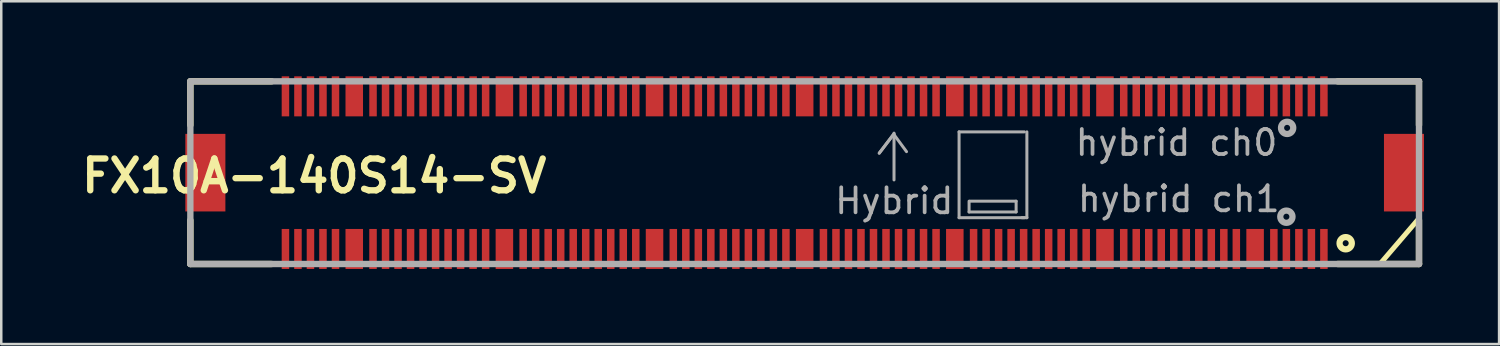
<source format=kicad_pcb>
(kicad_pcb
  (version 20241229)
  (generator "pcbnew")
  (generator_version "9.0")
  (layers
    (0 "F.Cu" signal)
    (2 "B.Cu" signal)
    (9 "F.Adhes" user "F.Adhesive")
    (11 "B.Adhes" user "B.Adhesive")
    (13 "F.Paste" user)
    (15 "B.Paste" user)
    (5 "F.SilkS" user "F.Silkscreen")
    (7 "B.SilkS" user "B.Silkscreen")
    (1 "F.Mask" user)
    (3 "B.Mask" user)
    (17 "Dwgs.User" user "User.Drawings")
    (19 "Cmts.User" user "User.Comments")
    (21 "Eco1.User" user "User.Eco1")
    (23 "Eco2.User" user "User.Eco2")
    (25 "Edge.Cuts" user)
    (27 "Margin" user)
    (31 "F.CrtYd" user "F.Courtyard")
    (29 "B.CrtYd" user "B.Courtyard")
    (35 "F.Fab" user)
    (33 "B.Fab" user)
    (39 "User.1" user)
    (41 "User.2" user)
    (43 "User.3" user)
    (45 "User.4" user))
  (footprint "FX10A-140S14-SV"
    (layer "F.Cu")
    (at 29.107 3.85)
    (property "Reference" "FX10A-140S14-SV" (at -19.6 0.13 0) (layer "F.SilkS") (effects (font (size 1.27 1.27) (thickness 0.254))))
    (attr through_hole)
    (fp_line (start -24.55 -3.65) (end -24.55 -1.9) (stroke (width 0.254) (type solid)) (layer "F.SilkS"))
    (fp_line (start -24.55 -3.65) (end -21.3 -3.65) (stroke (width 0.254) (type solid)) (layer "F.SilkS"))
    (fp_line (start -24.55 3.65) (end -24.55 1.9) (stroke (width 0.254) (type solid)) (layer "F.SilkS"))
    (fp_line (start -24.55 3.65) (end -21.3 3.65) (stroke (width 0.254) (type solid)) (layer "F.SilkS"))
    (fp_line (start 22.98 3.66) (end 23.1 3.66) (stroke (width 0.15) (type solid)) (layer "F.SilkS"))
    (fp_line (start 24.53 1.85) (end 22.98 3.66) (stroke (width 0.2) (type solid)) (layer "F.SilkS"))
    (fp_line (start 24.55 -3.65) (end 21.3 -3.65) (stroke (width 0.254) (type solid)) (layer "F.SilkS"))
    (fp_line (start 24.55 -3.65) (end 24.55 -1.9) (stroke (width 0.254) (type solid)) (layer "F.SilkS"))
    (fp_line (start 24.55 3.65) (end 21.3 3.65) (stroke (width 0.254) (type solid)) (layer "F.SilkS"))
    (fp_line (start 24.55 3.65) (end 24.55 1.9) (stroke (width 0.254) (type solid)) (layer "F.SilkS"))
    (fp_circle (center 21.62 2.82) (end 21.74 2.82) (stroke (width 0.25) (type solid)) (fill no) (layer "F.SilkS"))
    (fp_line (start -24.55 -3.65) (end 24.55 -3.65) (stroke (width 0.254) (type solid)) (layer "F.Fab"))
    (fp_line (start -24.55 3.65) (end -24.55 -3.65) (stroke (width 0.254) (type solid)) (layer "F.Fab"))
    (fp_line (start 2.98 -0.78) (end 3.54 -1.52) (stroke (width 0.12) (type solid)) (layer "F.Fab"))
    (fp_line (start 3.57 -1.55) (end 2.98 -0.78) (stroke (width 0.12) (type solid)) (layer "F.Fab"))
    (fp_line (start 3.57 -1.52) (end 4.07 -0.84) (stroke (width 0.12) (type solid)) (layer "F.Fab"))
    (fp_line (start 3.57 0.29) (end 3.57 -1.58) (stroke (width 0.12) (type solid)) (layer "F.Fab"))
    (fp_line (start 6.17 -1.63) (end 8.78 -1.63) (stroke (width 0.12) (type solid)) (layer "F.Fab"))
    (fp_line (start 6.17 1.8) (end 6.17 -1.63) (stroke (width 0.12) (type solid)) (layer "F.Fab"))
    (fp_line (start 6.57 1.57) (end 6.57 1.14) (stroke (width 0.12) (type solid)) (layer "F.Fab"))
    (fp_line (start 6.6 1.14) (end 8.45 1.14) (stroke (width 0.12) (type solid)) (layer "F.Fab"))
    (fp_line (start 8.45 1.14) (end 8.45 1.57) (stroke (width 0.12) (type solid)) (layer "F.Fab"))
    (fp_line (start 8.45 1.57) (end 6.57 1.57) (stroke (width 0.12) (type solid)) (layer "F.Fab"))
    (fp_line (start 8.78 1.8) (end 6.17 1.8) (stroke (width 0.12) (type solid)) (layer "F.Fab"))
    (fp_line (start 8.88 -1.63) (end 8.88 1.8) (stroke (width 0.12) (type solid)) (layer "F.Fab"))
    (fp_line (start 8.88 1.8) (end 8.68 1.8) (stroke (width 0.12) (type solid)) (layer "F.Fab"))
    (fp_line (start 24.55 -3.65) (end 24.55 3.65) (stroke (width 0.254) (type solid)) (layer "F.Fab"))
    (fp_line (start 24.55 3.65) (end -24.55 3.65) (stroke (width 0.254) (type solid)) (layer "F.Fab"))
    (fp_circle (center 19.25 1.76) (end 19.37 1.76) (stroke (width 0.25) (type solid)) (fill no) (layer "F.Fab"))
    (fp_circle (center 19.28 -1.79) (end 19.4 -1.79) (stroke (width 0.25) (type solid)) (fill no) (layer "F.Fab"))
    (fp_text user "hybrid ch1" (at 14.95 1.05 0) (layer "F.Fab") (effects (font (size 1 1) (thickness 0.15))))
    (fp_text user "hybrid ch0" (at 14.86 -1.2 0) (layer "F.Fab") (effects (font (size 1 1) (thickness 0.15))))
    (fp_text user "Hybrid" (at 3.58 1.13 0) (layer "F.Fab") (effects (font (size 1 1) (thickness 0.15))))
    (pad "" np_thru_hole circle (at -22.2 0) (size 0.001 0.001) (drill 1.25) (layers "*.Cu" "*.Mask"))
    (pad "" np_thru_hole circle (at 22.2 0) (size 0.001 0.001) (drill 1.25) (layers "*.Cu" "*.Mask"))
    (pad "1" smd rect (at 20.75 3.05) (size 0.3 1.6) (layers "F.Cu" "F.Mask" "F.Paste"))
    (pad "2" smd rect (at 20.75 -3.05) (size 0.3 1.6) (layers "F.Cu" "F.Mask" "F.Paste"))
    (pad "3" smd rect (at 20.25 3.05) (size 0.3 1.6) (layers "F.Cu" "F.Mask" "F.Paste"))
    (pad "4" smd rect (at 20.25 -3.05) (size 0.3 1.6) (layers "F.Cu" "F.Mask" "F.Paste"))
    (pad "5" smd rect (at 19.75 3.05) (size 0.3 1.6) (layers "F.Cu" "F.Mask" "F.Paste"))
    (pad "6" smd rect (at 19.75 -3.05) (size 0.3 1.6) (layers "F.Cu" "F.Mask" "F.Paste"))
    (pad "7" smd rect (at 19.25 3.05) (size 0.3 1.6) (layers "F.Cu" "F.Mask" "F.Paste"))
    (pad "8" smd rect (at 19.25 -3.05) (size 0.3 1.6) (layers "F.Cu" "F.Mask" "F.Paste"))
    (pad "9" smd rect (at 18.75 3.05) (size 0.3 1.6) (layers "F.Cu" "F.Mask" "F.Paste"))
    (pad "10" smd rect (at 18.75 -3.05) (size 0.3 1.6) (layers "F.Cu" "F.Mask" "F.Paste"))
    (pad "11" smd rect (at 17.25 3.05) (size 0.3 1.6) (layers "F.Cu" "F.Mask" "F.Paste"))
    (pad "12" smd rect (at 17.25 -3.05) (size 0.3 1.6) (layers "F.Cu" "F.Mask" "F.Paste"))
    (pad "13" smd rect (at 16.75 3.05) (size 0.3 1.6) (layers "F.Cu" "F.Mask" "F.Paste"))
    (pad "14" smd rect (at 16.75 -3.05) (size 0.3 1.6) (layers "F.Cu" "F.Mask" "F.Paste"))
    (pad "15" smd rect (at 16.25 3.05) (size 0.3 1.6) (layers "F.Cu" "F.Mask" "F.Paste"))
    (pad "16" smd rect (at 16.25 -3.05) (size 0.3 1.6) (layers "F.Cu" "F.Mask" "F.Paste"))
    (pad "17" smd rect (at 15.75 3.05) (size 0.3 1.6) (layers "F.Cu" "F.Mask" "F.Paste"))
    (pad "18" smd rect (at 15.75 -3.05) (size 0.3 1.6) (layers "F.Cu" "F.Mask" "F.Paste"))
    (pad "19" smd rect (at 15.25 3.05) (size 0.3 1.6) (layers "F.Cu" "F.Mask" "F.Paste"))
    (pad "20" smd rect (at 15.25 -3.05) (size 0.3 1.6) (layers "F.Cu" "F.Mask" "F.Paste"))
    (pad "21" smd rect (at 14.75 3.05) (size 0.3 1.6) (layers "F.Cu" "F.Mask" "F.Paste"))
    (pad "22" smd rect (at 14.75 -3.05) (size 0.3 1.6) (layers "F.Cu" "F.Mask" "F.Paste"))
    (pad "23" smd rect (at 14.25 3.05) (size 0.3 1.6) (layers "F.Cu" "F.Mask" "F.Paste"))
    (pad "24" smd rect (at 14.25 -3.05) (size 0.3 1.6) (layers "F.Cu" "F.Mask" "F.Paste"))
    (pad "25" smd rect (at 13.75 3.05) (size 0.3 1.6) (layers "F.Cu" "F.Mask" "F.Paste"))
    (pad "26" smd rect (at 13.75 -3.05) (size 0.3 1.6) (layers "F.Cu" "F.Mask" "F.Paste"))
    (pad "27" smd rect (at 13.25 3.05) (size 0.3 1.6) (layers "F.Cu" "F.Mask" "F.Paste"))
    (pad "28" smd rect (at 13.25 -3.05) (size 0.3 1.6) (layers "F.Cu" "F.Mask" "F.Paste"))
    (pad "29" smd rect (at 12.75 3.05) (size 0.3 1.6) (layers "F.Cu" "F.Mask" "F.Paste"))
    (pad "30" smd rect (at 12.75 -3.05) (size 0.3 1.6) (layers "F.Cu" "F.Mask" "F.Paste"))
    (pad "31" smd rect (at 11.25 3.05) (size 0.3 1.6) (layers "F.Cu" "F.Mask" "F.Paste"))
    (pad "32" smd rect (at 11.25 -3.05) (size 0.3 1.6) (layers "F.Cu" "F.Mask" "F.Paste"))
    (pad "33" smd rect (at 10.75 3.05) (size 0.3 1.6) (layers "F.Cu" "F.Mask" "F.Paste"))
    (pad "34" smd rect (at 10.75 -3.05) (size 0.3 1.6) (layers "F.Cu" "F.Mask" "F.Paste"))
    (pad "35" smd rect (at 10.25 3.05) (size 0.3 1.6) (layers "F.Cu" "F.Mask" "F.Paste"))
    (pad "36" smd rect (at 10.25 -3.05) (size 0.3 1.6) (layers "F.Cu" "F.Mask" "F.Paste"))
    (pad "37" smd rect (at 9.75 3.05) (size 0.3 1.6) (layers "F.Cu" "F.Mask" "F.Paste"))
    (pad "38" smd rect (at 9.75 -3.05) (size 0.3 1.6) (layers "F.Cu" "F.Mask" "F.Paste"))
    (pad "39" smd rect (at 9.25 3.05) (size 0.3 1.6) (layers "F.Cu" "F.Mask" "F.Paste"))
    (pad "40" smd rect (at 9.25 -3.05) (size 0.3 1.6) (layers "F.Cu" "F.Mask" "F.Paste"))
    (pad "41" smd rect (at 8.75 3.05) (size 0.3 1.6) (layers "F.Cu" "F.Mask" "F.Paste"))
    (pad "42" smd rect (at 8.75 -3.05) (size 0.3 1.6) (layers "F.Cu" "F.Mask" "F.Paste"))
    (pad "43" smd rect (at 8.25 3.05) (size 0.3 1.6) (layers "F.Cu" "F.Mask" "F.Paste"))
    (pad "44" smd rect (at 8.25 -3.05) (size 0.3 1.6) (layers "F.Cu" "F.Mask" "F.Paste"))
    (pad "45" smd rect (at 7.75 3.05) (size 0.3 1.6) (layers "F.Cu" "F.Mask" "F.Paste"))
    (pad "46" smd rect (at 7.75 -3.05) (size 0.3 1.6) (layers "F.Cu" "F.Mask" "F.Paste"))
    (pad "47" smd rect (at 7.25 3.05) (size 0.3 1.6) (layers "F.Cu" "F.Mask" "F.Paste"))
    (pad "48" smd rect (at 7.25 -3.05) (size 0.3 1.6) (layers "F.Cu" "F.Mask" "F.Paste"))
    (pad "49" smd rect (at 6.75 3.05) (size 0.3 1.6) (layers "F.Cu" "F.Mask" "F.Paste"))
    (pad "50" smd rect (at 6.75 -3.05) (size 0.3 1.6) (layers "F.Cu" "F.Mask" "F.Paste"))
    (pad "51" smd rect (at 5.25 3.05) (size 0.3 1.6) (layers "F.Cu" "F.Mask" "F.Paste"))
    (pad "52" smd rect (at 5.25 -3.05) (size 0.3 1.6) (layers "F.Cu" "F.Mask" "F.Paste"))
    (pad "53" smd rect (at 4.75 3.05) (size 0.3 1.6) (layers "F.Cu" "F.Mask" "F.Paste"))
    (pad "54" smd rect (at 4.75 -3.05) (size 0.3 1.6) (layers "F.Cu" "F.Mask" "F.Paste"))
    (pad "55" smd rect (at 4.25 3.05) (size 0.3 1.6) (layers "F.Cu" "F.Mask" "F.Paste"))
    (pad "56" smd rect (at 4.25 -3.05) (size 0.3 1.6) (layers "F.Cu" "F.Mask" "F.Paste"))
    (pad "57" smd rect (at 3.75 3.05) (size 0.3 1.6) (layers "F.Cu" "F.Mask" "F.Paste"))
    (pad "58" smd rect (at 3.75 -3.05) (size 0.3 1.6) (layers "F.Cu" "F.Mask" "F.Paste"))
    (pad "59" smd rect (at 3.25 3.05) (size 0.3 1.6) (layers "F.Cu" "F.Mask" "F.Paste"))
    (pad "60" smd rect (at 3.25 -3.05) (size 0.3 1.6) (layers "F.Cu" "F.Mask" "F.Paste"))
    (pad "61" smd rect (at 2.75 3.05) (size 0.3 1.6) (layers "F.Cu" "F.Mask" "F.Paste"))
    (pad "62" smd rect (at 2.75 -3.05) (size 0.3 1.6) (layers "F.Cu" "F.Mask" "F.Paste"))
    (pad "63" smd rect (at 2.25 3.05) (size 0.3 1.6) (layers "F.Cu" "F.Mask" "F.Paste"))
    (pad "64" smd rect (at 2.25 -3.05) (size 0.3 1.6) (layers "F.Cu" "F.Mask" "F.Paste"))
    (pad "65" smd rect (at 1.75 3.05) (size 0.3 1.6) (layers "F.Cu" "F.Mask" "F.Paste"))
    (pad "66" smd rect (at 1.75 -3.05) (size 0.3 1.6) (layers "F.Cu" "F.Mask" "F.Paste"))
    (pad "67" smd rect (at 1.25 3.05) (size 0.3 1.6) (layers "F.Cu" "F.Mask" "F.Paste"))
    (pad "68" smd rect (at 1.25 -3.05) (size 0.3 1.6) (layers "F.Cu" "F.Mask" "F.Paste"))
    (pad "69" smd rect (at 0.75 3.05) (size 0.3 1.6) (layers "F.Cu" "F.Mask" "F.Paste"))
    (pad "70" smd rect (at 0.75 -3.05) (size 0.3 1.6) (layers "F.Cu" "F.Mask" "F.Paste"))
    (pad "71" smd rect (at -0.75 3.05) (size 0.3 1.6) (layers "F.Cu" "F.Mask" "F.Paste"))
    (pad "72" smd rect (at -0.75 -3.05) (size 0.3 1.6) (layers "F.Cu" "F.Mask" "F.Paste"))
    (pad "73" smd rect (at -1.25 3.05) (size 0.3 1.6) (layers "F.Cu" "F.Mask" "F.Paste"))
    (pad "74" smd rect (at -1.25 -3.05) (size 0.3 1.6) (layers "F.Cu" "F.Mask" "F.Paste"))
    (pad "75" smd rect (at -1.75 3.05) (size 0.3 1.6) (layers "F.Cu" "F.Mask" "F.Paste"))
    (pad "76" smd rect (at -1.75 -3.05) (size 0.3 1.6) (layers "F.Cu" "F.Mask" "F.Paste"))
    (pad "77" smd rect (at -2.25 3.05) (size 0.3 1.6) (layers "F.Cu" "F.Mask" "F.Paste"))
    (pad "78" smd rect (at -2.25 -3.05) (size 0.3 1.6) (layers "F.Cu" "F.Mask" "F.Paste"))
    (pad "79" smd rect (at -2.75 3.05) (size 0.3 1.6) (layers "F.Cu" "F.Mask" "F.Paste"))
    (pad "80" smd rect (at -2.75 -3.05) (size 0.3 1.6) (layers "F.Cu" "F.Mask" "F.Paste"))
    (pad "81" smd rect (at -3.25 3.05) (size 0.3 1.6) (layers "F.Cu" "F.Mask" "F.Paste"))
    (pad "82" smd rect (at -3.25 -3.05) (size 0.3 1.6) (layers "F.Cu" "F.Mask" "F.Paste"))
    (pad "83" smd rect (at -3.75 3.05) (size 0.3 1.6) (layers "F.Cu" "F.Mask" "F.Paste"))
    (pad "84" smd rect (at -3.75 -3.05) (size 0.3 1.6) (layers "F.Cu" "F.Mask" "F.Paste"))
    (pad "85" smd rect (at -4.25 3.05) (size 0.3 1.6) (layers "F.Cu" "F.Mask" "F.Paste"))
    (pad "86" smd rect (at -4.25 -3.05) (size 0.3 1.6) (layers "F.Cu" "F.Mask" "F.Paste"))
    (pad "87" smd rect (at -4.75 3.05) (size 0.3 1.6) (layers "F.Cu" "F.Mask" "F.Paste"))
    (pad "88" smd rect (at -4.75 -3.05) (size 0.3 1.6) (layers "F.Cu" "F.Mask" "F.Paste"))
    (pad "89" smd rect (at -5.25 3.05) (size 0.3 1.6) (layers "F.Cu" "F.Mask" "F.Paste"))
    (pad "90" smd rect (at -5.25 -3.05) (size 0.3 1.6) (layers "F.Cu" "F.Mask" "F.Paste"))
    (pad "91" smd rect (at -6.75 3.05) (size 0.3 1.6) (layers "F.Cu" "F.Mask" "F.Paste"))
    (pad "92" smd rect (at -6.75 -3.05) (size 0.3 1.6) (layers "F.Cu" "F.Mask" "F.Paste"))
    (pad "93" smd rect (at -7.25 3.05) (size 0.3 1.6) (layers "F.Cu" "F.Mask" "F.Paste"))
    (pad "94" smd rect (at -7.25 -3.05) (size 0.3 1.6) (layers "F.Cu" "F.Mask" "F.Paste"))
    (pad "95" smd rect (at -7.75 3.05) (size 0.3 1.6) (layers "F.Cu" "F.Mask" "F.Paste"))
    (pad "96" smd rect (at -7.75 -3.05) (size 0.3 1.6) (layers "F.Cu" "F.Mask" "F.Paste"))
    (pad "97" smd rect (at -8.25 3.05) (size 0.3 1.6) (layers "F.Cu" "F.Mask" "F.Paste"))
    (pad "98" smd rect (at -8.25 -3.05) (size 0.3 1.6) (layers "F.Cu" "F.Mask" "F.Paste"))
    (pad "99" smd rect (at -8.75 3.05) (size 0.3 1.6) (layers "F.Cu" "F.Mask" "F.Paste"))
    (pad "100" smd rect (at -8.75 -3.05) (size 0.3 1.6) (layers "F.Cu" "F.Mask" "F.Paste"))
    (pad "101" smd rect (at -9.25 3.05) (size 0.3 1.6) (layers "F.Cu" "F.Mask" "F.Paste"))
    (pad "102" smd rect (at -9.25 -3.05) (size 0.3 1.6) (layers "F.Cu" "F.Mask" "F.Paste"))
    (pad "103" smd rect (at -9.75 3.05) (size 0.3 1.6) (layers "F.Cu" "F.Mask" "F.Paste"))
    (pad "104" smd rect (at -9.75 -3.05) (size 0.3 1.6) (layers "F.Cu" "F.Mask" "F.Paste"))
    (pad "105" smd rect (at -10.25 3.05) (size 0.3 1.6) (layers "F.Cu" "F.Mask" "F.Paste"))
    (pad "106" smd rect (at -10.25 -3.05) (size 0.3 1.6) (layers "F.Cu" "F.Mask" "F.Paste"))
    (pad "107" smd rect (at -10.75 3.05) (size 0.3 1.6) (layers "F.Cu" "F.Mask" "F.Paste"))
    (pad "108" smd rect (at -10.75 -3.05) (size 0.3 1.6) (layers "F.Cu" "F.Mask" "F.Paste"))
    (pad "109" smd rect (at -11.25 3.05) (size 0.3 1.6) (layers "F.Cu" "F.Mask" "F.Paste"))
    (pad "110" smd rect (at -11.25 -3.05) (size 0.3 1.6) (layers "F.Cu" "F.Mask" "F.Paste"))
    (pad "111" smd rect (at -12.75 3.05) (size 0.3 1.6) (layers "F.Cu" "F.Mask" "F.Paste"))
    (pad "112" smd rect (at -12.75 -3.05) (size 0.3 1.6) (layers "F.Cu" "F.Mask" "F.Paste"))
    (pad "113" smd rect (at -13.25 3.05) (size 0.3 1.6) (layers "F.Cu" "F.Mask" "F.Paste"))
    (pad "114" smd rect (at -13.25 -3.05) (size 0.3 1.6) (layers "F.Cu" "F.Mask" "F.Paste"))
    (pad "115" smd rect (at -13.75 3.05) (size 0.3 1.6) (layers "F.Cu" "F.Mask" "F.Paste"))
    (pad "116" smd rect (at -13.75 -3.05) (size 0.3 1.6) (layers "F.Cu" "F.Mask" "F.Paste"))
    (pad "117" smd rect (at -14.25 3.05) (size 0.3 1.6) (layers "F.Cu" "F.Mask" "F.Paste"))
    (pad "118" smd rect (at -14.25 -3.05) (size 0.3 1.6) (layers "F.Cu" "F.Mask" "F.Paste"))
    (pad "119" smd rect (at -14.75 3.05) (size 0.3 1.6) (layers "F.Cu" "F.Mask" "F.Paste"))
    (pad "120" smd rect (at -14.75 -3.05) (size 0.3 1.6) (layers "F.Cu" "F.Mask" "F.Paste"))
    (pad "121" smd rect (at -15.25 3.05) (size 0.3 1.6) (layers "F.Cu" "F.Mask" "F.Paste"))
    (pad "122" smd rect (at -15.25 -3.05) (size 0.3 1.6) (layers "F.Cu" "F.Mask" "F.Paste"))
    (pad "123" smd rect (at -15.75 3.05) (size 0.3 1.6) (layers "F.Cu" "F.Mask" "F.Paste"))
    (pad "124" smd rect (at -15.75 -3.05) (size 0.3 1.6) (layers "F.Cu" "F.Mask" "F.Paste"))
    (pad "125" smd rect (at -16.25 3.05) (size 0.3 1.6) (layers "F.Cu" "F.Mask" "F.Paste"))
    (pad "126" smd rect (at -16.25 -3.05) (size 0.3 1.6) (layers "F.Cu" "F.Mask" "F.Paste"))
    (pad "127" smd rect (at -16.75 3.05) (size 0.3 1.6) (layers "F.Cu" "F.Mask" "F.Paste"))
    (pad "128" smd rect (at -16.75 -3.05) (size 0.3 1.6) (layers "F.Cu" "F.Mask" "F.Paste"))
    (pad "129" smd rect (at -17.25 3.05) (size 0.3 1.6) (layers "F.Cu" "F.Mask" "F.Paste"))
    (pad "130" smd rect (at -17.25 -3.05) (size 0.3 1.6) (layers "F.Cu" "F.Mask" "F.Paste"))
    (pad "131" smd rect (at -18.75 3.05) (size 0.3 1.6) (layers "F.Cu" "F.Mask" "F.Paste"))
    (pad "132" smd rect (at -18.75 -3.05) (size 0.3 1.6) (layers "F.Cu" "F.Mask" "F.Paste"))
    (pad "133" smd rect (at -19.25 3.05) (size 0.3 1.6) (layers "F.Cu" "F.Mask" "F.Paste"))
    (pad "134" smd rect (at -19.25 -3.05) (size 0.3 1.6) (layers "F.Cu" "F.Mask" "F.Paste"))
    (pad "135" smd rect (at -19.75 3.05) (size 0.3 1.6) (layers "F.Cu" "F.Mask" "F.Paste"))
    (pad "136" smd rect (at -19.75 -3.05) (size 0.3 1.6) (layers "F.Cu" "F.Mask" "F.Paste"))
    (pad "137" smd rect (at -20.25 3.05) (size 0.3 1.6) (layers "F.Cu" "F.Mask" "F.Paste"))
    (pad "138" smd rect (at -20.25 -3.05) (size 0.3 1.6) (layers "F.Cu" "F.Mask" "F.Paste"))
    (pad "139" smd rect (at -20.75 3.05) (size 0.3 1.6) (layers "F.Cu" "F.Mask" "F.Paste"))
    (pad "140" smd rect (at -20.75 -3.05) (size 0.3 1.6) (layers "F.Cu" "F.Mask" "F.Paste"))
    (pad "141" smd rect (at 18 3.05) (size 0.7 1.6) (layers "F.Cu" "F.Mask" "F.Paste"))
    (pad "142" smd rect (at 18 -3.05) (size 0.7 1.6) (layers "F.Cu" "F.Mask" "F.Paste"))
    (pad "143" smd rect (at 12 3.05) (size 0.7 1.6) (layers "F.Cu" "F.Mask" "F.Paste"))
    (pad "144" smd rect (at 12 -3.05) (size 0.7 1.6) (layers "F.Cu" "F.Mask" "F.Paste"))
    (pad "145" smd rect (at 6 3.05) (size 0.7 1.6) (layers "F.Cu" "F.Mask" "F.Paste"))
    (pad "146" smd rect (at 6 -3.05) (size 0.7 1.6) (layers "F.Cu" "F.Mask" "F.Paste"))
    (pad "147" smd rect (at 0 3.05) (size 0.7 1.6) (layers "F.Cu" "F.Mask" "F.Paste"))
    (pad "148" smd rect (at 0 -3.05) (size 0.7 1.6) (layers "F.Cu" "F.Mask" "F.Paste"))
    (pad "149" smd rect (at -6 3.05) (size 0.7 1.6) (layers "F.Cu" "F.Mask" "F.Paste"))
    (pad "150" smd rect (at -6 -3.05) (size 0.7 1.6) (layers "F.Cu" "F.Mask" "F.Paste"))
    (pad "151" smd rect (at -12 3.05) (size 0.7 1.6) (layers "F.Cu" "F.Mask" "F.Paste"))
    (pad "152" smd rect (at -12 -3.05) (size 0.7 1.6) (layers "F.Cu" "F.Mask" "F.Paste"))
    (pad "153" smd rect (at -18 3.05) (size 0.7 1.6) (layers "F.Cu" "F.Mask" "F.Paste"))
    (pad "154" smd rect (at -18 -3.05) (size 0.7 1.6) (layers "F.Cu" "F.Mask" "F.Paste"))
    (pad "155" smd rect (at 23.95 0) (size 1.6 3.1) (layers "F.Cu" "F.Mask" "F.Paste"))
    (pad "156" smd rect (at -23.95 0) (size 1.6 3.1) (layers "F.Cu" "F.Mask" "F.Paste")))
  (gr_rect
    (start -3 -3)
    (end 56.857 10.7)
    (stroke (width 0.1) (type default))
    (fill no)
    (layer "Edge.Cuts")))
</source>
